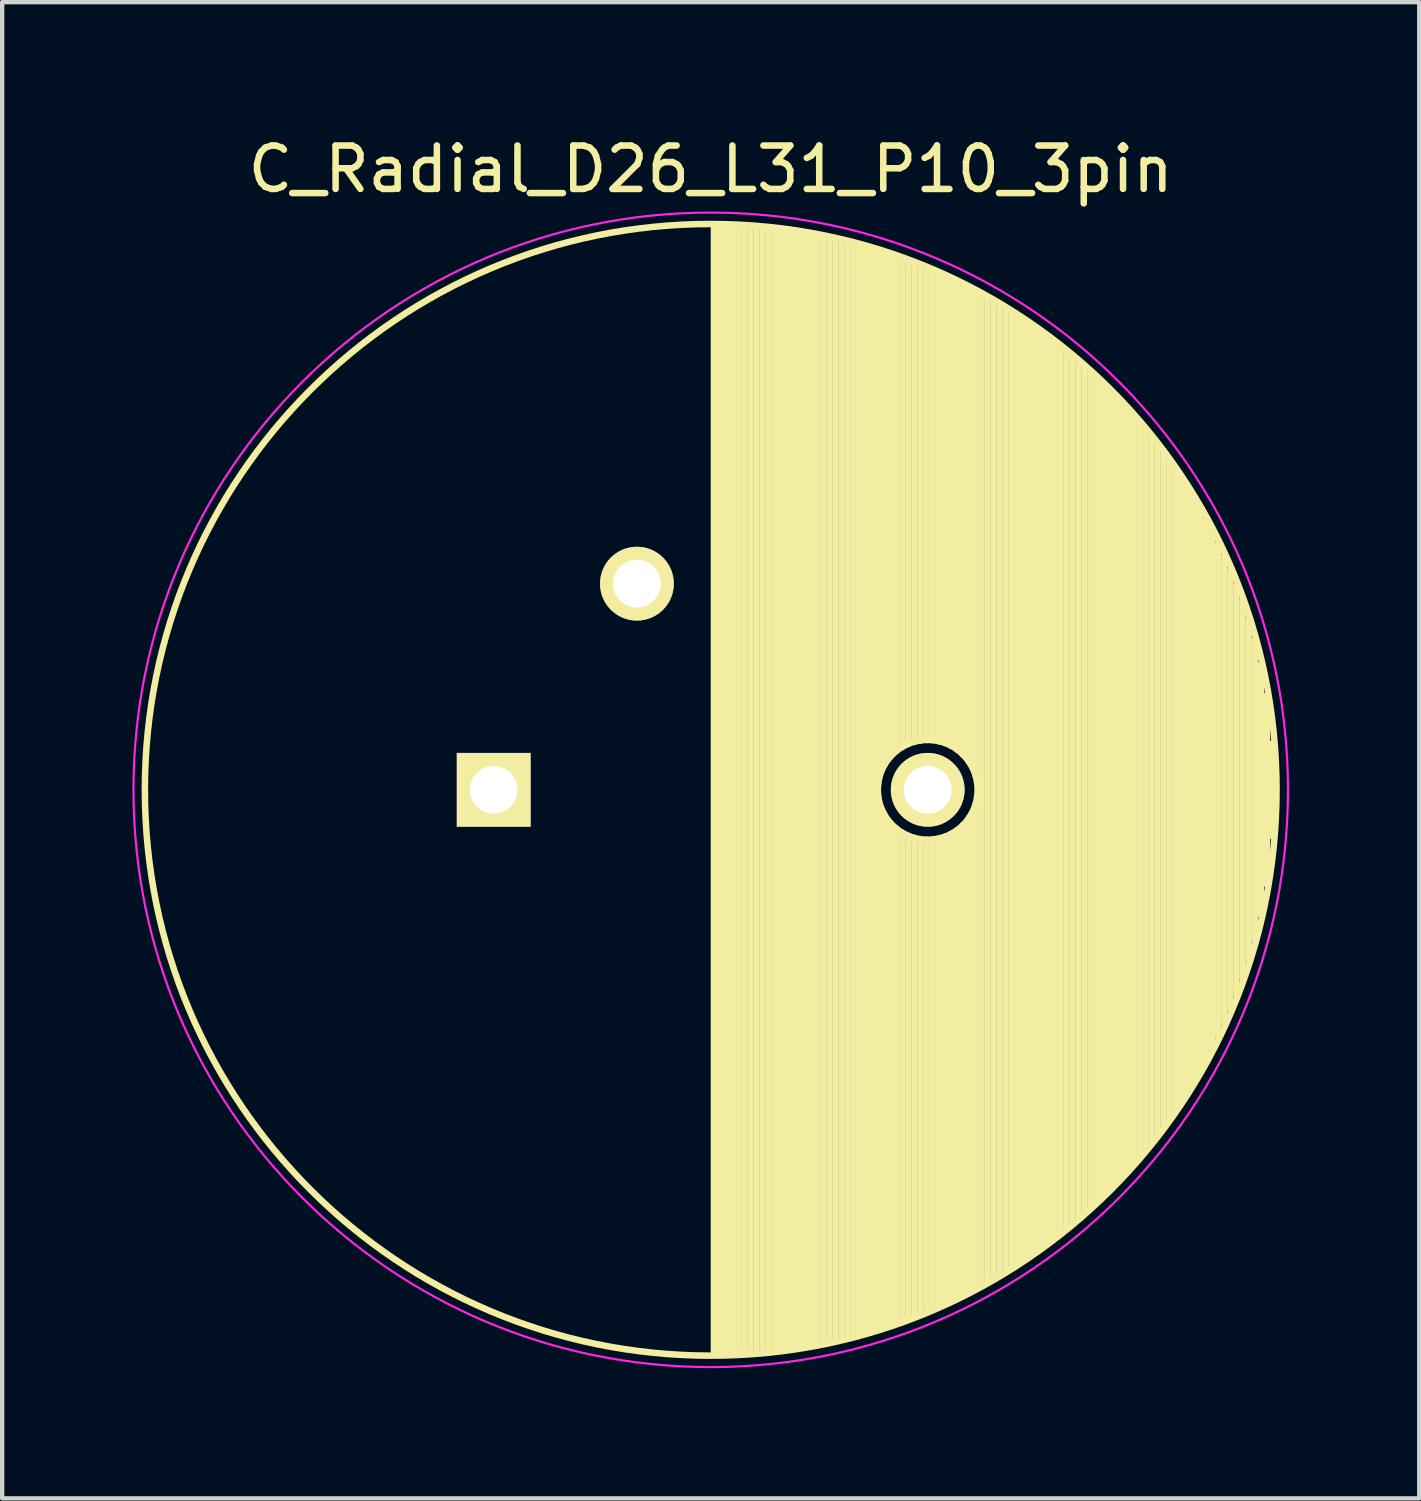
<source format=kicad_pcb>
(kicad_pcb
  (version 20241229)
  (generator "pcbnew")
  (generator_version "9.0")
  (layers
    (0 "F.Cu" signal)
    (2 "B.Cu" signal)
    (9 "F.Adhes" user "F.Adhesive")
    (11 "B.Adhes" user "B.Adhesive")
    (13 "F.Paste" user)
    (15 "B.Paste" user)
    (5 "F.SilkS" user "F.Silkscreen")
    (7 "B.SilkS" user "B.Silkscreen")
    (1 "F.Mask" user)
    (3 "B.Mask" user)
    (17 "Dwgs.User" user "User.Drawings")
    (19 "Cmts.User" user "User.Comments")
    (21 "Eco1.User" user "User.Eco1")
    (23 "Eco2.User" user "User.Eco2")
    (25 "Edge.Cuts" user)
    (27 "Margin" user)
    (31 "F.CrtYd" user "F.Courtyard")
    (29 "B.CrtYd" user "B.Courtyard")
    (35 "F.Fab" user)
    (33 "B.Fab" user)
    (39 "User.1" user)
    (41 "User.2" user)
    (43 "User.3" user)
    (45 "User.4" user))
  (footprint "C_Radial_D26_L31_P10_3pin"
    (layer "F.Cu")
    (at 8.325 15.148)
    (property "Reference" "C_Radial_D26_L31_P10_3pin" (at 5 -14.3 0) (layer "F.SilkS") (effects (font (size 1 1) (thickness 0.15))))
    (attr through_hole)
    (fp_line (start 5.075 -13) (end 5.075 13) (stroke (width 0.15) (type solid)) (layer "F.SilkS"))
    (fp_line (start 5.215 -12.998) (end 5.215 12.998) (stroke (width 0.15) (type solid)) (layer "F.SilkS"))
    (fp_line (start 5.355 -12.995) (end 5.355 12.995) (stroke (width 0.15) (type solid)) (layer "F.SilkS"))
    (fp_line (start 5.495 -12.991) (end 5.495 12.991) (stroke (width 0.15) (type solid)) (layer "F.SilkS"))
    (fp_line (start 5.635 -12.984) (end 5.635 12.984) (stroke (width 0.15) (type solid)) (layer "F.SilkS"))
    (fp_line (start 5.775 -12.977) (end 5.775 12.977) (stroke (width 0.15) (type solid)) (layer "F.SilkS"))
    (fp_line (start 5.915 -12.968) (end 5.915 12.968) (stroke (width 0.15) (type solid)) (layer "F.SilkS"))
    (fp_line (start 6.055 -12.957) (end 6.055 12.957) (stroke (width 0.15) (type solid)) (layer "F.SilkS"))
    (fp_line (start 6.195 -12.945) (end 6.195 12.945) (stroke (width 0.15) (type solid)) (layer "F.SilkS"))
    (fp_line (start 6.335 -12.931) (end 6.335 12.931) (stroke (width 0.15) (type solid)) (layer "F.SilkS"))
    (fp_line (start 6.475 -12.916) (end 6.475 12.916) (stroke (width 0.15) (type solid)) (layer "F.SilkS"))
    (fp_line (start 6.615 -12.899) (end 6.615 12.899) (stroke (width 0.15) (type solid)) (layer "F.SilkS"))
    (fp_line (start 6.755 -12.881) (end 6.755 12.881) (stroke (width 0.15) (type solid)) (layer "F.SilkS"))
    (fp_line (start 6.895 -12.861) (end 6.895 12.861) (stroke (width 0.15) (type solid)) (layer "F.SilkS"))
    (fp_line (start 7.035 -12.84) (end 7.035 12.84) (stroke (width 0.15) (type solid)) (layer "F.SilkS"))
    (fp_line (start 7.175 -12.817) (end 7.175 12.817) (stroke (width 0.15) (type solid)) (layer "F.SilkS"))
    (fp_line (start 7.315 -12.792) (end 7.315 12.792) (stroke (width 0.15) (type solid)) (layer "F.SilkS"))
    (fp_line (start 7.455 -12.766) (end 7.455 12.766) (stroke (width 0.15) (type solid)) (layer "F.SilkS"))
    (fp_line (start 7.595 -12.738) (end 7.595 12.738) (stroke (width 0.15) (type solid)) (layer "F.SilkS"))
    (fp_line (start 7.735 -12.709) (end 7.735 12.709) (stroke (width 0.15) (type solid)) (layer "F.SilkS"))
    (fp_line (start 7.875 -12.678) (end 7.875 12.678) (stroke (width 0.15) (type solid)) (layer "F.SilkS"))
    (fp_line (start 8.015 -12.646) (end 8.015 12.646) (stroke (width 0.15) (type solid)) (layer "F.SilkS"))
    (fp_line (start 8.155 -12.611) (end 8.155 12.611) (stroke (width 0.15) (type solid)) (layer "F.SilkS"))
    (fp_line (start 8.295 -12.575) (end 8.295 12.575) (stroke (width 0.15) (type solid)) (layer "F.SilkS"))
    (fp_line (start 8.435 -12.538) (end 8.435 12.538) (stroke (width 0.15) (type solid)) (layer "F.SilkS"))
    (fp_line (start 8.575 -12.499) (end 8.575 12.499) (stroke (width 0.15) (type solid)) (layer "F.SilkS"))
    (fp_line (start 8.715 -12.458) (end 8.715 12.458) (stroke (width 0.15) (type solid)) (layer "F.SilkS"))
    (fp_line (start 8.855 -12.415) (end 8.855 -0.107) (stroke (width 0.15) (type solid)) (layer "F.SilkS"))
    (fp_line (start 8.855 0.107) (end 8.855 12.415) (stroke (width 0.15) (type solid)) (layer "F.SilkS"))
    (fp_line (start 8.995 -12.371) (end 8.995 -0.559) (stroke (width 0.15) (type solid)) (layer "F.SilkS"))
    (fp_line (start 8.995 0.559) (end 8.995 12.371) (stroke (width 0.15) (type solid)) (layer "F.SilkS"))
    (fp_line (start 9.135 -12.325) (end 9.135 -0.758) (stroke (width 0.15) (type solid)) (layer "F.SilkS"))
    (fp_line (start 9.135 0.758) (end 9.135 12.325) (stroke (width 0.15) (type solid)) (layer "F.SilkS"))
    (fp_line (start 9.275 -12.277) (end 9.275 -0.893) (stroke (width 0.15) (type solid)) (layer "F.SilkS"))
    (fp_line (start 9.275 0.893) (end 9.275 12.277) (stroke (width 0.15) (type solid)) (layer "F.SilkS"))
    (fp_line (start 9.415 -12.227) (end 9.415 -0.99) (stroke (width 0.15) (type solid)) (layer "F.SilkS"))
    (fp_line (start 9.415 0.99) (end 9.415 12.227) (stroke (width 0.15) (type solid)) (layer "F.SilkS"))
    (fp_line (start 9.555 -12.176) (end 9.555 -1.06) (stroke (width 0.15) (type solid)) (layer "F.SilkS"))
    (fp_line (start 9.555 1.06) (end 9.555 12.176) (stroke (width 0.15) (type solid)) (layer "F.SilkS"))
    (fp_line (start 9.695 -12.123) (end 9.695 -1.109) (stroke (width 0.15) (type solid)) (layer "F.SilkS"))
    (fp_line (start 9.695 1.109) (end 9.695 12.123) (stroke (width 0.15) (type solid)) (layer "F.SilkS"))
    (fp_line (start 9.835 -12.067) (end 9.835 -1.138) (stroke (width 0.15) (type solid)) (layer "F.SilkS"))
    (fp_line (start 9.835 1.138) (end 9.835 12.067) (stroke (width 0.15) (type solid)) (layer "F.SilkS"))
    (fp_line (start 9.975 -12.01) (end 9.975 -1.15) (stroke (width 0.15) (type solid)) (layer "F.SilkS"))
    (fp_line (start 9.975 1.15) (end 9.975 12.01) (stroke (width 0.15) (type solid)) (layer "F.SilkS"))
    (fp_line (start 10.115 -11.951) (end 10.115 -1.144) (stroke (width 0.15) (type solid)) (layer "F.SilkS"))
    (fp_line (start 10.115 1.144) (end 10.115 11.951) (stroke (width 0.15) (type solid)) (layer "F.SilkS"))
    (fp_line (start 10.255 -11.891) (end 10.255 -1.121) (stroke (width 0.15) (type solid)) (layer "F.SilkS"))
    (fp_line (start 10.255 1.121) (end 10.255 11.891) (stroke (width 0.15) (type solid)) (layer "F.SilkS"))
    (fp_line (start 10.395 -11.828) (end 10.395 -1.08) (stroke (width 0.15) (type solid)) (layer "F.SilkS"))
    (fp_line (start 10.395 1.08) (end 10.395 11.828) (stroke (width 0.15) (type solid)) (layer "F.SilkS"))
    (fp_line (start 10.535 -11.763) (end 10.535 -1.018) (stroke (width 0.15) (type solid)) (layer "F.SilkS"))
    (fp_line (start 10.535 1.018) (end 10.535 11.763) (stroke (width 0.15) (type solid)) (layer "F.SilkS"))
    (fp_line (start 10.675 -11.696) (end 10.675 -0.931) (stroke (width 0.15) (type solid)) (layer "F.SilkS"))
    (fp_line (start 10.675 0.931) (end 10.675 11.696) (stroke (width 0.15) (type solid)) (layer "F.SilkS"))
    (fp_line (start 10.815 -11.627) (end 10.815 -0.811) (stroke (width 0.15) (type solid)) (layer "F.SilkS"))
    (fp_line (start 10.815 0.811) (end 10.815 11.627) (stroke (width 0.15) (type solid)) (layer "F.SilkS"))
    (fp_line (start 10.955 -11.556) (end 10.955 -0.641) (stroke (width 0.15) (type solid)) (layer "F.SilkS"))
    (fp_line (start 10.955 0.641) (end 10.955 11.556) (stroke (width 0.15) (type solid)) (layer "F.SilkS"))
    (fp_line (start 11.095 -11.483) (end 11.095 -0.351) (stroke (width 0.15) (type solid)) (layer "F.SilkS"))
    (fp_line (start 11.095 0.351) (end 11.095 11.483) (stroke (width 0.15) (type solid)) (layer "F.SilkS"))
    (fp_line (start 11.235 -11.407) (end 11.235 11.407) (stroke (width 0.15) (type solid)) (layer "F.SilkS"))
    (fp_line (start 11.375 -11.33) (end 11.375 11.33) (stroke (width 0.15) (type solid)) (layer "F.SilkS"))
    (fp_line (start 11.515 -11.25) (end 11.515 11.25) (stroke (width 0.15) (type solid)) (layer "F.SilkS"))
    (fp_line (start 11.655 -11.167) (end 11.655 11.167) (stroke (width 0.15) (type solid)) (layer "F.SilkS"))
    (fp_line (start 11.795 -11.083) (end 11.795 11.083) (stroke (width 0.15) (type solid)) (layer "F.SilkS"))
    (fp_line (start 11.935 -10.996) (end 11.935 10.996) (stroke (width 0.15) (type solid)) (layer "F.SilkS"))
    (fp_line (start 12.075 -10.906) (end 12.075 10.906) (stroke (width 0.15) (type solid)) (layer "F.SilkS"))
    (fp_line (start 12.215 -10.814) (end 12.215 10.814) (stroke (width 0.15) (type solid)) (layer "F.SilkS"))
    (fp_line (start 12.355 -10.719) (end 12.355 10.719) (stroke (width 0.15) (type solid)) (layer "F.SilkS"))
    (fp_line (start 12.495 -10.622) (end 12.495 10.622) (stroke (width 0.15) (type solid)) (layer "F.SilkS"))
    (fp_line (start 12.635 -10.522) (end 12.635 10.522) (stroke (width 0.15) (type solid)) (layer "F.SilkS"))
    (fp_line (start 12.775 -10.419) (end 12.775 10.419) (stroke (width 0.15) (type solid)) (layer "F.SilkS"))
    (fp_line (start 12.915 -10.313) (end 12.915 10.313) (stroke (width 0.15) (type solid)) (layer "F.SilkS"))
    (fp_line (start 13.055 -10.204) (end 13.055 10.204) (stroke (width 0.15) (type solid)) (layer "F.SilkS"))
    (fp_line (start 13.195 -10.092) (end 13.195 10.092) (stroke (width 0.15) (type solid)) (layer "F.SilkS"))
    (fp_line (start 13.335 -9.976) (end 13.335 9.976) (stroke (width 0.15) (type solid)) (layer "F.SilkS"))
    (fp_line (start 13.475 -9.858) (end 13.475 9.858) (stroke (width 0.15) (type solid)) (layer "F.SilkS"))
    (fp_line (start 13.615 -9.736) (end 13.615 9.736) (stroke (width 0.15) (type solid)) (layer "F.SilkS"))
    (fp_line (start 13.755 -9.61) (end 13.755 9.61) (stroke (width 0.15) (type solid)) (layer "F.SilkS"))
    (fp_line (start 13.895 -9.48) (end 13.895 9.48) (stroke (width 0.15) (type solid)) (layer "F.SilkS"))
    (fp_line (start 14.035 -9.347) (end 14.035 9.347) (stroke (width 0.15) (type solid)) (layer "F.SilkS"))
    (fp_line (start 14.175 -9.21) (end 14.175 9.21) (stroke (width 0.15) (type solid)) (layer "F.SilkS"))
    (fp_line (start 14.315 -9.068) (end 14.315 9.068) (stroke (width 0.15) (type solid)) (layer "F.SilkS"))
    (fp_line (start 14.455 -8.922) (end 14.455 8.922) (stroke (width 0.15) (type solid)) (layer "F.SilkS"))
    (fp_line (start 14.595 -8.771) (end 14.595 8.771) (stroke (width 0.15) (type solid)) (layer "F.SilkS"))
    (fp_line (start 14.735 -8.616) (end 14.735 8.616) (stroke (width 0.15) (type solid)) (layer "F.SilkS"))
    (fp_line (start 14.875 -8.455) (end 14.875 8.455) (stroke (width 0.15) (type solid)) (layer "F.SilkS"))
    (fp_line (start 15.015 -8.289) (end 15.015 8.289) (stroke (width 0.15) (type solid)) (layer "F.SilkS"))
    (fp_line (start 15.155 -8.116) (end 15.155 8.116) (stroke (width 0.15) (type solid)) (layer "F.SilkS"))
    (fp_line (start 15.295 -7.938) (end 15.295 7.938) (stroke (width 0.15) (type solid)) (layer "F.SilkS"))
    (fp_line (start 15.435 -7.753) (end 15.435 7.753) (stroke (width 0.15) (type solid)) (layer "F.SilkS"))
    (fp_line (start 15.575 -7.561) (end 15.575 7.561) (stroke (width 0.15) (type solid)) (layer "F.SilkS"))
    (fp_line (start 15.715 -7.361) (end 15.715 7.361) (stroke (width 0.15) (type solid)) (layer "F.SilkS"))
    (fp_line (start 15.855 -7.153) (end 15.855 7.153) (stroke (width 0.15) (type solid)) (layer "F.SilkS"))
    (fp_line (start 15.995 -6.936) (end 15.995 6.936) (stroke (width 0.15) (type solid)) (layer "F.SilkS"))
    (fp_line (start 16.135 -6.709) (end 16.135 6.709) (stroke (width 0.15) (type solid)) (layer "F.SilkS"))
    (fp_line (start 16.275 -6.471) (end 16.275 6.471) (stroke (width 0.15) (type solid)) (layer "F.SilkS"))
    (fp_line (start 16.415 -6.221) (end 16.415 6.221) (stroke (width 0.15) (type solid)) (layer "F.SilkS"))
    (fp_line (start 16.555 -5.957) (end 16.555 5.957) (stroke (width 0.15) (type solid)) (layer "F.SilkS"))
    (fp_line (start 16.695 -5.677) (end 16.695 5.677) (stroke (width 0.15) (type solid)) (layer "F.SilkS"))
    (fp_line (start 16.835 -5.379) (end 16.835 5.379) (stroke (width 0.15) (type solid)) (layer "F.SilkS"))
    (fp_line (start 16.975 -5.06) (end 16.975 5.06) (stroke (width 0.15) (type solid)) (layer "F.SilkS"))
    (fp_line (start 17.115 -4.715) (end 17.115 4.715) (stroke (width 0.15) (type solid)) (layer "F.SilkS"))
    (fp_line (start 17.255 -4.338) (end 17.255 4.338) (stroke (width 0.15) (type solid)) (layer "F.SilkS"))
    (fp_line (start 17.395 -3.92) (end 17.395 3.92) (stroke (width 0.15) (type solid)) (layer "F.SilkS"))
    (fp_line (start 17.535 -3.446) (end 17.535 3.446) (stroke (width 0.15) (type solid)) (layer "F.SilkS"))
    (fp_line (start 17.675 -2.889) (end 17.675 2.889) (stroke (width 0.15) (type solid)) (layer "F.SilkS"))
    (fp_line (start 17.815 -2.185) (end 17.815 2.185) (stroke (width 0.15) (type solid)) (layer "F.SilkS"))
    (fp_line (start 17.955 -1.081) (end 17.955 1.081) (stroke (width 0.15) (type solid)) (layer "F.SilkS"))
    (fp_circle (center 5 0) (end 5 -13.037) (stroke (width 0.15) (type solid)) (fill no) (layer "F.SilkS"))
    (fp_circle (center 10 0) (end 10 -1.15) (stroke (width 0.15) (type solid)) (fill no) (layer "F.SilkS"))
    (fp_circle (center 5 0) (end 5 -13.3) (stroke (width 0.05) (type solid)) (fill no) (layer "F.CrtYd"))
    (pad "1" thru_hole rect (at 0 0) (size 1.7 1.7) (drill 1.1) (layers "*.Cu" "*.Mask" "F.SilkS"))
    (pad "2" thru_hole circle (at 10 0) (size 1.7 1.7) (drill 1.1) (layers "*.Cu" "*.Mask" "F.SilkS"))
    (pad "3" thru_hole circle (at 3.3 -4.75) (size 1.7 1.7) (drill 1.1) (layers "*.Cu" "*.Mask" "F.SilkS")))
  (gr_rect
    (start -3 -3)
    (end 29.65 31.473)
    (stroke (width 0.1) (type default))
    (fill no)
    (layer "Edge.Cuts")))
</source>
